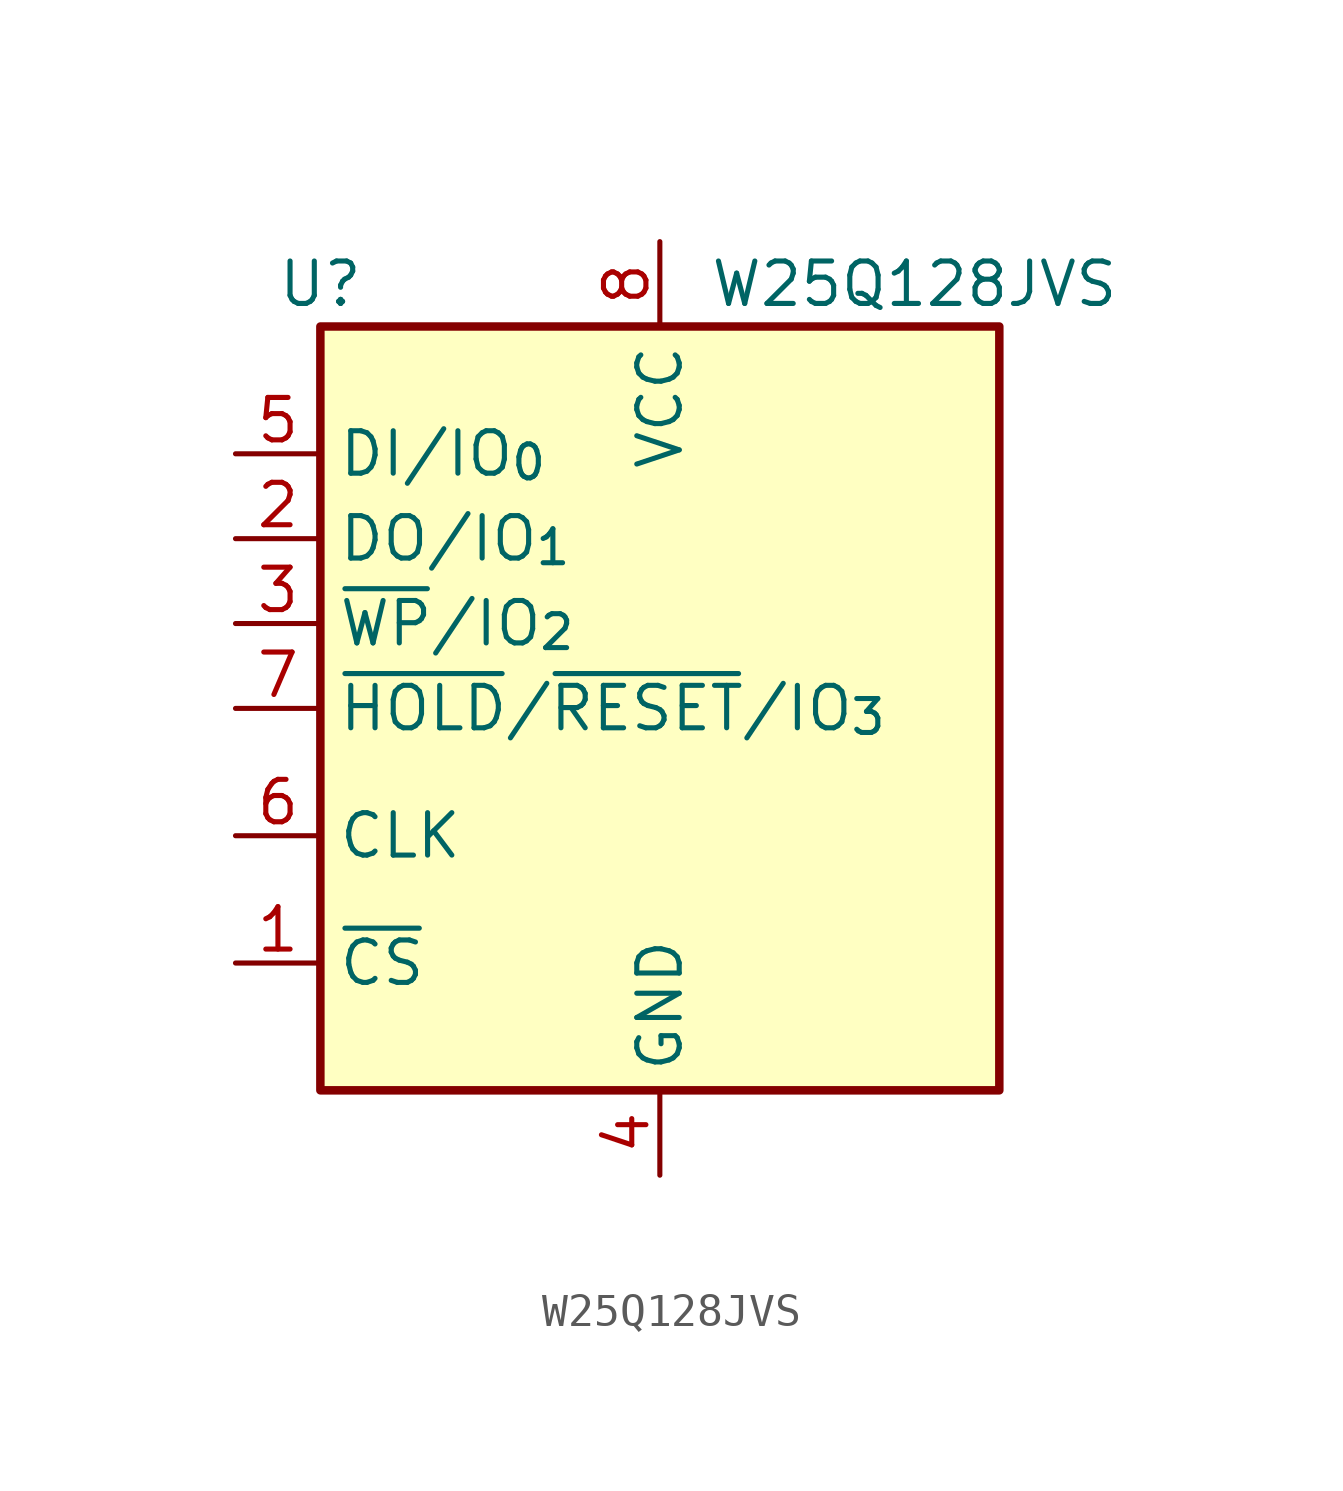
<source format=kicad_sym>
(kicad_symbol_lib
  (version 20241209)
  (generator "kicad_symbol_editor")
  (generator_version "9.0")
  (symbol "W25Q128JVS"
    (property "Reference" "U"
      (at -10.16 11.43 0)
      (effects (font (size 1.27 1.27))))
    (property "Value" "W25Q128JVS"
      (at 7.62 11.43 0)
      (effects (font (size 1.27 1.27))))
    (symbol "W25Q128JVS_0_1"
      (rectangle (start -10.16 10.16) (end 10.16 -12.7) (stroke (width 0.254) (type default)) (fill (type background))))
    (symbol "W25Q128JVS_1_1"
      (pin bidirectional line (at -12.7 6.35 0) (length 2.54) (name "DI/IO_{0}" (effects (font (size 1.27 1.27)))) (number "5" (effects (font (size 1.27 1.27)))))
      (pin bidirectional line (at -12.7 3.81 0) (length 2.54) (name "DO/IO_{1}" (effects (font (size 1.27 1.27)))) (number "2" (effects (font (size 1.27 1.27)))))
      (pin bidirectional line (at -12.7 1.27 0) (length 2.54) (name "~{WP}/IO_{2}" (effects (font (size 1.27 1.27)))) (number "3" (effects (font (size 1.27 1.27)))))
      (pin bidirectional line (at -12.7 -1.27 0) (length 2.54) (name "~{HOLD}/~{RESET}/IO_{3}" (effects (font (size 1.27 1.27)))) (number "7" (effects (font (size 1.27 1.27)))))
      (pin input line (at -12.7 -5.08 0) (length 2.54) (name "CLK" (effects (font (size 1.27 1.27)))) (number "6" (effects (font (size 1.27 1.27)))))
      (pin input line (at -12.7 -8.89 0) (length 2.54) (name "~{CS}" (effects (font (size 1.27 1.27)))) (number "1" (effects (font (size 1.27 1.27)))))
      (pin power_in line (at 0 12.7 270) (length 2.54) (name "VCC" (effects (font (size 1.27 1.27)))) (number "8" (effects (font (size 1.27 1.27)))))
      (pin power_in line (at 0 -15.24 90) (length 2.54) (name "GND" (effects (font (size 1.27 1.27)))) (number "4" (effects (font (size 1.27 1.27))))))))
</source>
